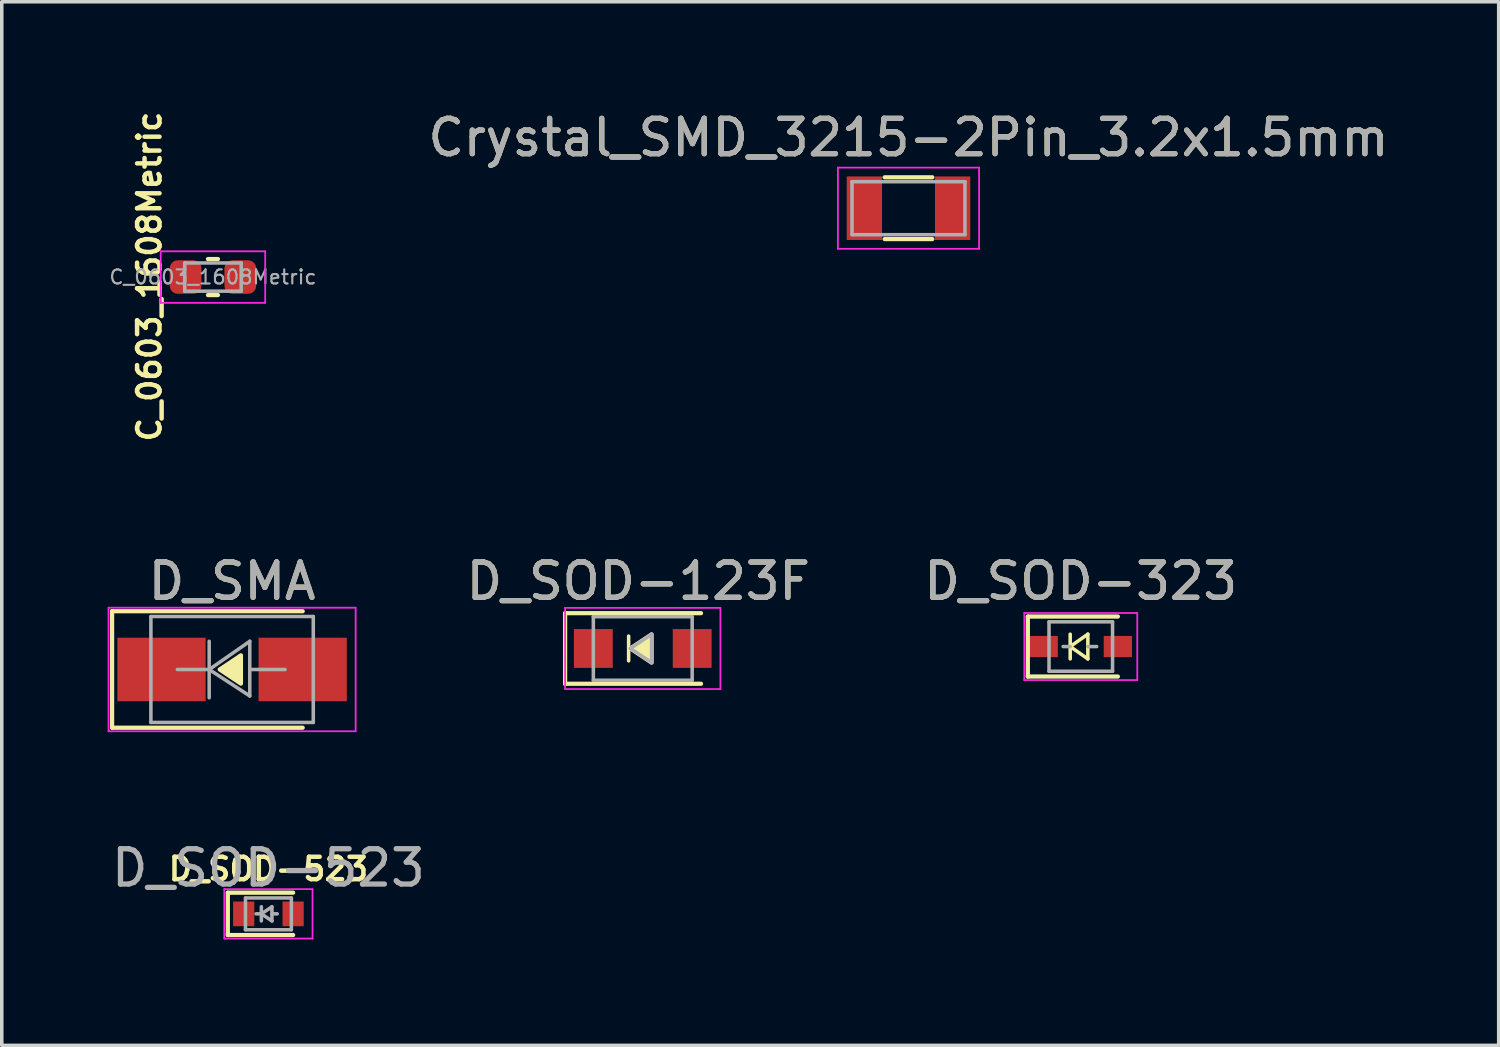
<source format=kicad_pcb>
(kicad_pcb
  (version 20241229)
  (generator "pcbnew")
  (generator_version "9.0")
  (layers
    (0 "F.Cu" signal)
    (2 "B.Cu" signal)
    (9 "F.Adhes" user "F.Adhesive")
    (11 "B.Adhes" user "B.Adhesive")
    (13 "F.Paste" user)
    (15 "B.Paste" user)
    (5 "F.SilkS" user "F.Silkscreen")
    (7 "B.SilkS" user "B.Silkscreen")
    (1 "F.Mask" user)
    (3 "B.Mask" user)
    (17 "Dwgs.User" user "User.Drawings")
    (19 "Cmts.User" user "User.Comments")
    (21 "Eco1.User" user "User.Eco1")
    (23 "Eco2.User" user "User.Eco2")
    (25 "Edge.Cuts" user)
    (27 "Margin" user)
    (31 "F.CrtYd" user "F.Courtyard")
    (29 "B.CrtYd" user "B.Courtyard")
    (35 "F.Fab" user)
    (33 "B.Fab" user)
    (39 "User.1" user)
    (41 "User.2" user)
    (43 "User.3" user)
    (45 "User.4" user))
  (footprint "Crystal_SMD_3215-2Pin_3.2x1.5mm"
    (layer "F.Cu")
    (at 22.687 2.848)
    (property "Reference" "Crystal_SMD_3215-2Pin_3.2x1.5mm" (at 0 -2 0) (layer "F.SilkS") (effects (font (size 1 1) (thickness 0.15))))
    (attr smd)
    (fp_line (start -0.675 -0.875) (end 0.675 -0.875) (stroke (width 0.12) (type solid)) (layer "F.SilkS"))
    (fp_line (start -0.675 0.875) (end 0.675 0.875) (stroke (width 0.12) (type solid)) (layer "F.SilkS"))
    (fp_line (start -2 -1.15) (end -2 1.15) (stroke (width 0.05) (type solid)) (layer "F.CrtYd"))
    (fp_line (start -2 -1.15) (end 2 -1.15) (stroke (width 0.05) (type solid)) (layer "F.CrtYd"))
    (fp_line (start -2 1.15) (end 2 1.15) (stroke (width 0.05) (type solid)) (layer "F.CrtYd"))
    (fp_line (start 2 -1.15) (end 2 1.15) (stroke (width 0.05) (type solid)) (layer "F.CrtYd"))
    (fp_line (start -1.6 -0.75) (end -1.6 0.75) (stroke (width 0.1) (type solid)) (layer "F.Fab"))
    (fp_line (start -1.6 -0.75) (end 1.6 -0.75) (stroke (width 0.1) (type solid)) (layer "F.Fab"))
    (fp_line (start -1.6 0.75) (end 1.6 0.75) (stroke (width 0.1) (type solid)) (layer "F.Fab"))
    (fp_line (start 1.6 -0.75) (end 1.6 0.75) (stroke (width 0.1) (type solid)) (layer "F.Fab"))
    (fp_text user "${REFERENCE}" (at 0 -2 0) (layer "F.Fab") (effects (font (size 1 1) (thickness 0.15))))
    (pad "1" smd rect (at 1.25 0) (size 1 1.8) (layers "F.Cu" "F.Mask" "F.Paste"))
    (pad "2" smd rect (at -1.25 0) (size 1 1.8) (layers "F.Cu" "F.Mask" "F.Paste")))
  (footprint "D_SOD-523"
    (layer "F.Cu")
    (at 4.554 22.839)
    (property "Reference" "D_SOD-523" (at 0 -1.27 0) (layer "F.SilkS") (effects (font (size 0.635 0.635) (thickness 0.127))))
    (attr smd)
    (fp_line (start -1.15 -0.6) (end -1.15 0.6) (stroke (width 0.12) (type solid)) (layer "F.SilkS"))
    (fp_line (start 0.7 -0.6) (end -1.15 -0.6) (stroke (width 0.12) (type solid)) (layer "F.SilkS"))
    (fp_line (start 0.7 0.6) (end -1.15 0.6) (stroke (width 0.12) (type solid)) (layer "F.SilkS"))
    (fp_line (start -1.25 -0.7) (end 1.25 -0.7) (stroke (width 0.05) (type solid)) (layer "F.CrtYd"))
    (fp_line (start -1.25 0.7) (end -1.25 -0.7) (stroke (width 0.05) (type solid)) (layer "F.CrtYd"))
    (fp_line (start 1.25 -0.7) (end 1.25 0.7) (stroke (width 0.05) (type solid)) (layer "F.CrtYd"))
    (fp_line (start 1.25 0.7) (end -1.25 0.7) (stroke (width 0.05) (type solid)) (layer "F.CrtYd"))
    (fp_line (start -0.65 -0.45) (end 0.65 -0.45) (stroke (width 0.1) (type solid)) (layer "F.Fab"))
    (fp_line (start -0.65 0.45) (end -0.65 -0.45) (stroke (width 0.1) (type solid)) (layer "F.Fab"))
    (fp_line (start -0.2 0) (end -0.35 0) (stroke (width 0.1) (type solid)) (layer "F.Fab"))
    (fp_line (start -0.2 0) (end 0.1 0.2) (stroke (width 0.1) (type solid)) (layer "F.Fab"))
    (fp_line (start -0.2 0.2) (end -0.2 -0.2) (stroke (width 0.1) (type solid)) (layer "F.Fab"))
    (fp_line (start 0.1 -0.2) (end -0.2 0) (stroke (width 0.1) (type solid)) (layer "F.Fab"))
    (fp_line (start 0.1 0) (end 0.25 0) (stroke (width 0.1) (type solid)) (layer "F.Fab"))
    (fp_line (start 0.1 0.2) (end 0.1 -0.2) (stroke (width 0.1) (type solid)) (layer "F.Fab"))
    (fp_line (start 0.65 -0.45) (end 0.65 0.45) (stroke (width 0.1) (type solid)) (layer "F.Fab"))
    (fp_line (start 0.65 0.45) (end -0.65 0.45) (stroke (width 0.1) (type solid)) (layer "F.Fab"))
    (fp_text user "${REFERENCE}" (at 0 -1.3 0) (layer "F.Fab") (effects (font (size 1 1) (thickness 0.15))))
    (pad "1" smd rect (at -0.7 0 180) (size 0.6 0.7) (layers "F.Cu" "F.Mask" "F.Paste"))
    (pad "2" smd rect (at 0.7 0 180) (size 0.6 0.7) (layers "F.Cu" "F.Mask" "F.Paste")))
  (footprint "D_SOD-123F"
    (layer "F.Cu")
    (at 15.159 15.321)
    (property "Reference" "D_SOD-123F" (at -0.127 -1.905 0) (layer "F.SilkS") (effects (font (size 1 1) (thickness 0.15))))
    (attr smd)
    (fp_line (start -2.2 -1) (end -2.2 1) (stroke (width 0.12) (type solid)) (layer "F.SilkS"))
    (fp_line (start -2.2 -1) (end 1.65 -1) (stroke (width 0.12) (type solid)) (layer "F.SilkS"))
    (fp_line (start -2.2 1) (end 1.65 1) (stroke (width 0.12) (type solid)) (layer "F.SilkS"))
    (fp_line (start -0.4 -0.35) (end -0.4 0.35) (stroke (width 0.1) (type solid)) (layer "F.SilkS"))
    (fp_poly (pts (xy 0.25 0.4) (xy -0.35 0) (xy 0.25 -0.4)) (stroke (width 0.12) (type solid)) (fill yes) (layer "F.SilkS"))
    (fp_line (start -2.2 -1.15) (end -2.2 1.15) (stroke (width 0.05) (type solid)) (layer "F.CrtYd"))
    (fp_line (start -2.2 -1.15) (end 2.2 -1.15) (stroke (width 0.05) (type solid)) (layer "F.CrtYd"))
    (fp_line (start 2.2 -1.15) (end 2.2 1.15) (stroke (width 0.05) (type solid)) (layer "F.CrtYd"))
    (fp_line (start 2.2 1.15) (end -2.2 1.15) (stroke (width 0.05) (type solid)) (layer "F.CrtYd"))
    (fp_line (start -1.4 -0.9) (end 1.4 -0.9) (stroke (width 0.1) (type solid)) (layer "F.Fab"))
    (fp_line (start -1.4 0.9) (end -1.4 -0.9) (stroke (width 0.1) (type solid)) (layer "F.Fab"))
    (fp_line (start -0.35 0) (end 0.25 -0.4) (stroke (width 0.1) (type solid)) (layer "F.Fab"))
    (fp_line (start 0.25 -0.4) (end 0.25 0.4) (stroke (width 0.1) (type solid)) (layer "F.Fab"))
    (fp_line (start 0.25 0.4) (end -0.35 0) (stroke (width 0.1) (type solid)) (layer "F.Fab"))
    (fp_line (start 1.4 -0.9) (end 1.4 0.9) (stroke (width 0.1) (type solid)) (layer "F.Fab"))
    (fp_line (start 1.4 0.9) (end -1.4 0.9) (stroke (width 0.1) (type solid)) (layer "F.Fab"))
    (fp_text user "${REFERENCE}" (at -0.127 -1.905 0) (layer "F.Fab") (effects (font (size 1 1) (thickness 0.15))))
    (pad "1" smd rect (at -1.4 0) (size 1.1 1.1) (layers "F.Cu" "F.Mask" "F.Paste"))
    (pad "2" smd rect (at 1.4 0) (size 1.1 1.1) (layers "F.Cu" "F.Mask" "F.Paste")))
  (footprint "D_SOD-323"
    (layer "F.Cu")
    (at 27.568 15.266)
    (property "Reference" "D_SOD-323" (at 0 -1.85 0) (layer "F.SilkS") (effects (font (size 1 1) (thickness 0.15))))
    (attr smd)
    (fp_line (start -1.5 -0.85) (end -1.5 0.85) (stroke (width 0.12) (type solid)) (layer "F.SilkS"))
    (fp_line (start -1.5 -0.85) (end 1.05 -0.85) (stroke (width 0.12) (type solid)) (layer "F.SilkS"))
    (fp_line (start -1.5 0.85) (end 1.05 0.85) (stroke (width 0.12) (type solid)) (layer "F.SilkS"))
    (fp_line (start -0.3 -0.35) (end -0.3 0.35) (stroke (width 0.1) (type solid)) (layer "F.SilkS"))
    (fp_line (start -0.3 0) (end 0.2 -0.35) (stroke (width 0.1) (type solid)) (layer "F.SilkS"))
    (fp_line (start 0.2 -0.35) (end 0.2 0.35) (stroke (width 0.1) (type solid)) (layer "F.SilkS"))
    (fp_line (start 0.2 0.35) (end -0.3 0) (stroke (width 0.1) (type solid)) (layer "F.SilkS"))
    (fp_line (start -1.6 -0.95) (end -1.6 0.95) (stroke (width 0.05) (type solid)) (layer "F.CrtYd"))
    (fp_line (start -1.6 -0.95) (end 1.6 -0.95) (stroke (width 0.05) (type solid)) (layer "F.CrtYd"))
    (fp_line (start -1.6 0.95) (end 1.6 0.95) (stroke (width 0.05) (type solid)) (layer "F.CrtYd"))
    (fp_line (start 1.6 -0.95) (end 1.6 0.95) (stroke (width 0.05) (type solid)) (layer "F.CrtYd"))
    (fp_line (start -0.9 -0.7) (end 0.9 -0.7) (stroke (width 0.1) (type solid)) (layer "F.Fab"))
    (fp_line (start -0.9 0.7) (end -0.9 -0.7) (stroke (width 0.1) (type solid)) (layer "F.Fab"))
    (fp_line (start -0.3 0) (end -0.5 0) (stroke (width 0.1) (type solid)) (layer "F.Fab"))
    (fp_line (start 0.2 0) (end 0.45 0) (stroke (width 0.1) (type solid)) (layer "F.Fab"))
    (fp_line (start 0.9 -0.7) (end 0.9 0.7) (stroke (width 0.1) (type solid)) (layer "F.Fab"))
    (fp_line (start 0.9 0.7) (end -0.9 0.7) (stroke (width 0.1) (type solid)) (layer "F.Fab"))
    (fp_text user "${REFERENCE}" (at 0 -1.85 0) (layer "F.Fab") (effects (font (size 1 1) (thickness 0.15))))
    (pad "1" smd rect (at -1.05 0) (size 0.8 0.6) (layers "F.Cu" "F.Mask" "F.Paste"))
    (pad "2" smd rect (at 1.05 0) (size 0.8 0.6) (layers "F.Cu" "F.Mask" "F.Paste")))
  (footprint "C_0603_1608Metric"
    (layer "F.Cu")
    (at 2.983 4.799)
    (property "Reference" "C_0603_1608Metric" (at -1.802 -0.015 270) (layer "F.SilkS") (effects (font (size 0.635 0.635) (thickness 0.127))))
    (attr smd)
    (fp_line (start -0.141 -0.51) (end 0.141 -0.51) (stroke (width 0.12) (type solid)) (layer "F.SilkS"))
    (fp_line (start -0.141 0.51) (end 0.141 0.51) (stroke (width 0.12) (type solid)) (layer "F.SilkS"))
    (fp_line (start -1.48 -0.73) (end 1.48 -0.73) (stroke (width 0.05) (type solid)) (layer "F.CrtYd"))
    (fp_line (start -1.48 0.73) (end -1.48 -0.73) (stroke (width 0.05) (type solid)) (layer "F.CrtYd"))
    (fp_line (start 1.48 -0.73) (end 1.48 0.73) (stroke (width 0.05) (type solid)) (layer "F.CrtYd"))
    (fp_line (start 1.48 0.73) (end -1.48 0.73) (stroke (width 0.05) (type solid)) (layer "F.CrtYd"))
    (fp_line (start -0.8 -0.4) (end 0.8 -0.4) (stroke (width 0.1) (type solid)) (layer "F.Fab"))
    (fp_line (start -0.8 0.4) (end -0.8 -0.4) (stroke (width 0.1) (type solid)) (layer "F.Fab"))
    (fp_line (start 0.8 -0.4) (end 0.8 0.4) (stroke (width 0.1) (type solid)) (layer "F.Fab"))
    (fp_line (start 0.8 0.4) (end -0.8 0.4) (stroke (width 0.1) (type solid)) (layer "F.Fab"))
    (fp_text user "${REFERENCE}" (at 0 0 0) (layer "F.Fab") (effects (font (size 0.4 0.4) (thickness 0.06))))
    (pad "1" smd roundrect (at -0.775 0) (size 0.9 0.95) (layers "F.Cu" "F.Mask" "F.Paste") (roundrect_rratio 0.25))
    (pad "2" smd roundrect (at 0.775 0) (size 0.9 0.95) (layers "F.Cu" "F.Mask" "F.Paste") (roundrect_rratio 0.25)))
  (footprint "D_SMA"
    (layer "F.Cu")
    (at 3.525 15.916)
    (property "Reference" "D_SMA" (at 0 -2.5 0) (layer "F.SilkS") (effects (font (size 1 1) (thickness 0.15))))
    (attr smd)
    (fp_line (start -3.4 -1.65) (end -3.4 1.65) (stroke (width 0.12) (type solid)) (layer "F.SilkS"))
    (fp_line (start -3.4 -1.65) (end 2 -1.65) (stroke (width 0.12) (type solid)) (layer "F.SilkS"))
    (fp_line (start -3.4 1.65) (end 2 1.65) (stroke (width 0.12) (type solid)) (layer "F.SilkS"))
    (fp_poly (pts (xy 0.25 0.4) (xy -0.35 0) (xy 0.25 -0.4)) (stroke (width 0.12) (type solid)) (fill yes) (layer "F.SilkS"))
    (fp_line (start -3.5 -1.75) (end 3.5 -1.75) (stroke (width 0.05) (type solid)) (layer "F.CrtYd"))
    (fp_line (start -3.5 1.75) (end -3.5 -1.75) (stroke (width 0.05) (type solid)) (layer "F.CrtYd"))
    (fp_line (start 3.5 -1.75) (end 3.5 1.75) (stroke (width 0.05) (type solid)) (layer "F.CrtYd"))
    (fp_line (start 3.5 1.75) (end -3.5 1.75) (stroke (width 0.05) (type solid)) (layer "F.CrtYd"))
    (fp_line (start -2.3 1.5) (end -2.3 -1.5) (stroke (width 0.1) (type solid)) (layer "F.Fab"))
    (fp_line (start -0.649 -0.799) (end -0.649 0.801) (stroke (width 0.1) (type solid)) (layer "F.Fab"))
    (fp_line (start -0.649 0.001) (end -1.551 0.001) (stroke (width 0.1) (type solid)) (layer "F.Fab"))
    (fp_line (start -0.649 0.001) (end 0.501 -0.799) (stroke (width 0.1) (type solid)) (layer "F.Fab"))
    (fp_line (start -0.649 0.001) (end 0.501 0.75) (stroke (width 0.1) (type solid)) (layer "F.Fab"))
    (fp_line (start 0.501 0.001) (end 1.499 0.001) (stroke (width 0.1) (type solid)) (layer "F.Fab"))
    (fp_line (start 0.501 0.75) (end 0.501 -0.799) (stroke (width 0.1) (type solid)) (layer "F.Fab"))
    (fp_line (start 2.3 -1.5) (end -2.3 -1.5) (stroke (width 0.1) (type solid)) (layer "F.Fab"))
    (fp_line (start 2.3 -1.5) (end 2.3 1.5) (stroke (width 0.1) (type solid)) (layer "F.Fab"))
    (fp_line (start 2.3 1.5) (end -2.3 1.5) (stroke (width 0.1) (type solid)) (layer "F.Fab"))
    (fp_text user "${REFERENCE}" (at 0 -2.5 0) (layer "F.Fab") (effects (font (size 1 1) (thickness 0.15))))
    (pad "1" smd rect (at -2 0) (size 2.5 1.8) (layers "F.Cu" "F.Mask" "F.Paste"))
    (pad "2" smd rect (at 2 0) (size 2.5 1.8) (layers "F.Cu" "F.Mask" "F.Paste")))
  (gr_rect
    (start -3 -3)
    (end 39.407 26.564)
    (stroke (width 0.1) (type default))
    (fill no)
    (layer "Edge.Cuts")))
</source>
